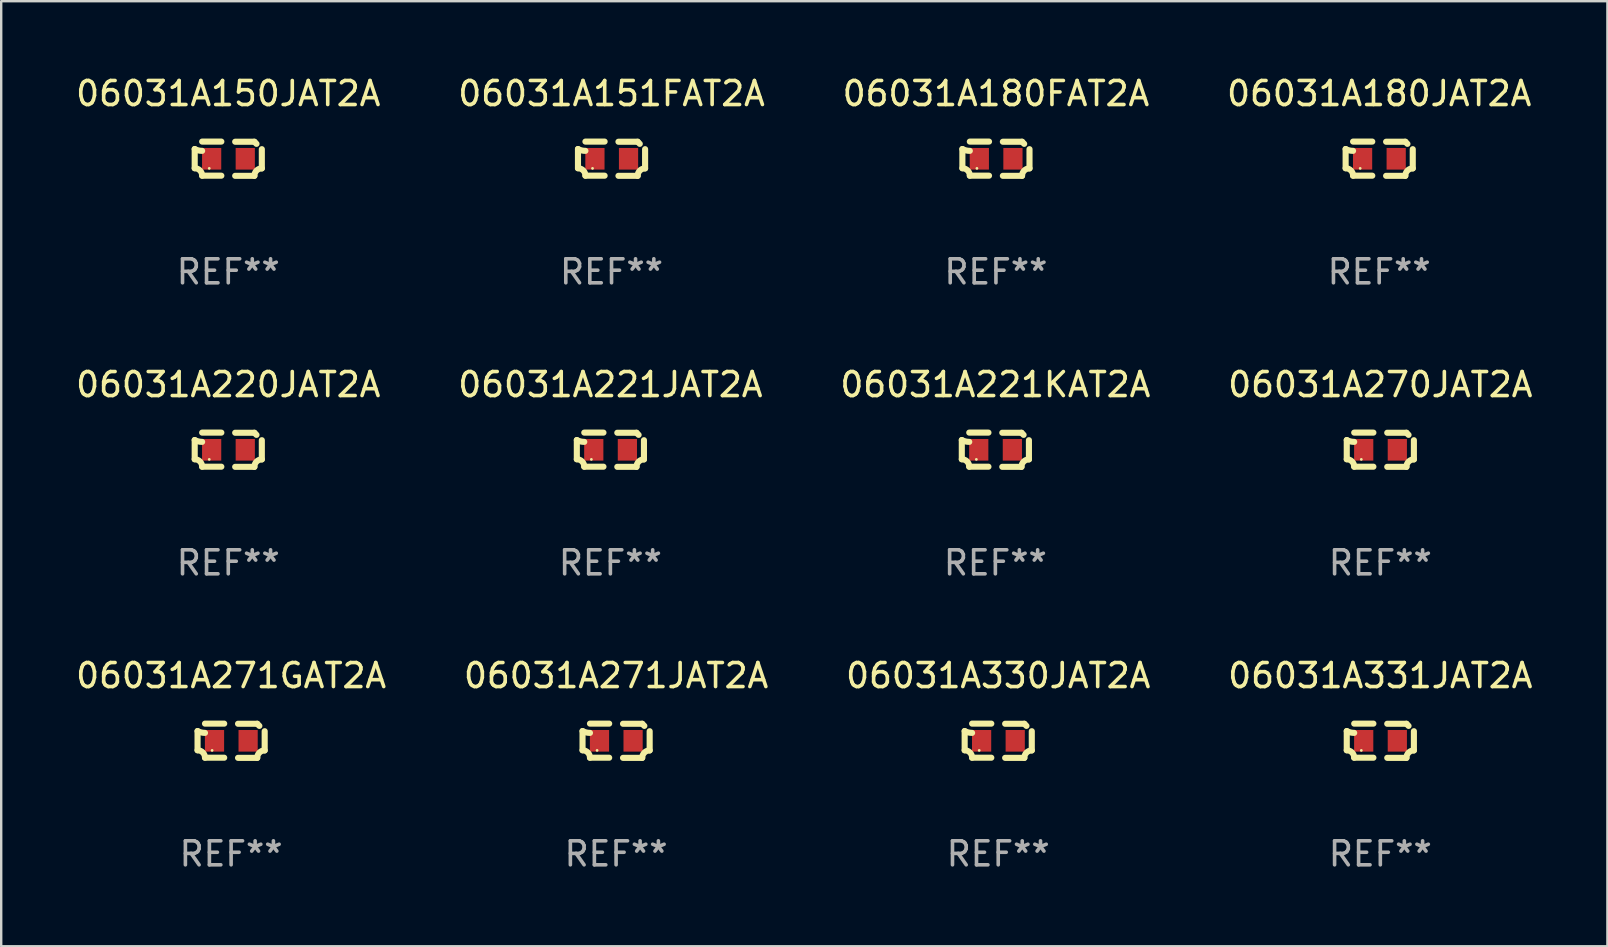
<source format=kicad_pcb>
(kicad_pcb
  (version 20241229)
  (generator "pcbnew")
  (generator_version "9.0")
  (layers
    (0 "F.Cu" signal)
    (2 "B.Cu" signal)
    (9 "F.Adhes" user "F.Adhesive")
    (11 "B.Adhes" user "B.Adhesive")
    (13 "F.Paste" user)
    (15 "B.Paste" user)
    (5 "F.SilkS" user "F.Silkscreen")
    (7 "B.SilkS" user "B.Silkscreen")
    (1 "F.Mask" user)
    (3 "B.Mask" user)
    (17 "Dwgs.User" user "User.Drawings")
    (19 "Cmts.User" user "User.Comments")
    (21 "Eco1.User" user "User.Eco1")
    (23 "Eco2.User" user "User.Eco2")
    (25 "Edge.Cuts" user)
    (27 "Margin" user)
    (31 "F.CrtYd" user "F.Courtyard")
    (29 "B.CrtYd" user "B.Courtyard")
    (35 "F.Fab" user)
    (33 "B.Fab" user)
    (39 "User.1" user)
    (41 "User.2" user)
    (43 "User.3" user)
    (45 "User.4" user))
  (footprint "06031A331JAT2A"
    (layer "F.Cu")
    (at 54.446 27.805)
    (property "Reference" "06031A331JAT2A" (at 0 -2.713 0) (layer "F.SilkS") (effects (font (size 1 1) (thickness 0.15))))
    (attr through_hole)
    (fp_line (start -1.398 -0.403) (end -1.398 0.397) (stroke (width 0.254) (type solid)) (layer "F.SilkS"))
    (fp_line (start -0.288 -0.713) (end -1.088 -0.713) (stroke (width 0.254) (type solid)) (layer "F.SilkS"))
    (fp_line (start -0.288 0.707) (end -1.088 0.707) (stroke (width 0.254) (type solid)) (layer "F.SilkS"))
    (fp_line (start 0.288 -0.707) (end 1.088 -0.707) (stroke (width 0.254) (type solid)) (layer "F.SilkS"))
    (fp_line (start 0.288 0.713) (end 1.088 0.713) (stroke (width 0.254) (type solid)) (layer "F.SilkS"))
    (fp_line (start 1.398 -0.397) (end 1.398 0.403) (stroke (width 0.254) (type solid)) (layer "F.SilkS"))
    (fp_arc (start -1.397789 0.397066) (mid -1.178701 0.487826) (end -1.08796 0.706922) (stroke (width 0.254001) (type solid)) (layer "F.SilkS"))
    (fp_arc (start -1.08796 -0.327176) (mid -1.247436 -0.346384) (end -1.39779 -0.402908) (stroke (width 0.254001) (type solid)) (layer "F.SilkS"))
    (fp_arc (start 1.087909 0.712738) (mid 1.178656 0.493655) (end 1.397739 0.402908) (stroke (width 0.254001) (type solid)) (layer "F.SilkS"))
    (fp_arc (start 1.175925 -0.618926) (mid 1.131917 -0.662923) (end 1.08791 -0.706922) (stroke (width 0.254001) (type solid)) (layer "F.SilkS"))
    (fp_circle (center -0.792 0.403) (end -0.762 0.403) (stroke (width 0.06) (type solid)) (fill no) (layer "F.SilkS"))
    (fp_text user "REF**" (at 0 4.713 0) (layer "F.Fab") (effects (font (size 1 1) (thickness 0.15))))
    (pad "1" smd rect (at -0.692 0.003) (size 0.8 0.9) (layers "F.Cu" "F.Mask" "F.Paste"))
    (pad "2" smd rect (at 0.708 0.003) (size 0.8 0.9) (layers "F.Cu" "F.Mask" "F.Paste")))
  (footprint "06031A330JAT2A"
    (layer "F.Cu")
    (at 38.53 27.805)
    (property "Reference" "06031A330JAT2A" (at 0 -2.713 0) (layer "F.SilkS") (effects (font (size 1 1) (thickness 0.15))))
    (attr through_hole)
    (fp_line (start -1.398 -0.403) (end -1.398 0.397) (stroke (width 0.254) (type solid)) (layer "F.SilkS"))
    (fp_line (start -0.288 -0.713) (end -1.088 -0.713) (stroke (width 0.254) (type solid)) (layer "F.SilkS"))
    (fp_line (start -0.288 0.707) (end -1.088 0.707) (stroke (width 0.254) (type solid)) (layer "F.SilkS"))
    (fp_line (start 0.288 -0.707) (end 1.088 -0.707) (stroke (width 0.254) (type solid)) (layer "F.SilkS"))
    (fp_line (start 0.288 0.713) (end 1.088 0.713) (stroke (width 0.254) (type solid)) (layer "F.SilkS"))
    (fp_line (start 1.398 -0.397) (end 1.398 0.403) (stroke (width 0.254) (type solid)) (layer "F.SilkS"))
    (fp_arc (start -1.397789 0.397066) (mid -1.178701 0.487826) (end -1.08796 0.706922) (stroke (width 0.254001) (type solid)) (layer "F.SilkS"))
    (fp_arc (start -1.08796 -0.327176) (mid -1.247436 -0.346384) (end -1.39779 -0.402908) (stroke (width 0.254001) (type solid)) (layer "F.SilkS"))
    (fp_arc (start 1.087909 0.712738) (mid 1.178656 0.493655) (end 1.397739 0.402908) (stroke (width 0.254001) (type solid)) (layer "F.SilkS"))
    (fp_arc (start 1.175925 -0.618926) (mid 1.131917 -0.662923) (end 1.08791 -0.706922) (stroke (width 0.254001) (type solid)) (layer "F.SilkS"))
    (fp_circle (center -0.792 0.403) (end -0.762 0.403) (stroke (width 0.06) (type solid)) (fill no) (layer "F.SilkS"))
    (fp_text user "REF**" (at 0 4.713 0) (layer "F.Fab") (effects (font (size 1 1) (thickness 0.15))))
    (pad "1" smd rect (at -0.692 0.003) (size 0.8 0.9) (layers "F.Cu" "F.Mask" "F.Paste"))
    (pad "2" smd rect (at 0.708 0.003) (size 0.8 0.9) (layers "F.Cu" "F.Mask" "F.Paste")))
  (footprint "06031A180FAT2A"
    (layer "F.Cu")
    (at 38.435 3.561)
    (property "Reference" "06031A180FAT2A" (at 0 -2.713 0) (layer "F.SilkS") (effects (font (size 1 1) (thickness 0.15))))
    (attr through_hole)
    (fp_line (start -1.398 -0.403) (end -1.398 0.397) (stroke (width 0.254) (type solid)) (layer "F.SilkS"))
    (fp_line (start -0.288 -0.713) (end -1.088 -0.713) (stroke (width 0.254) (type solid)) (layer "F.SilkS"))
    (fp_line (start -0.288 0.707) (end -1.088 0.707) (stroke (width 0.254) (type solid)) (layer "F.SilkS"))
    (fp_line (start 0.288 -0.707) (end 1.088 -0.707) (stroke (width 0.254) (type solid)) (layer "F.SilkS"))
    (fp_line (start 0.288 0.713) (end 1.088 0.713) (stroke (width 0.254) (type solid)) (layer "F.SilkS"))
    (fp_line (start 1.398 -0.397) (end 1.398 0.403) (stroke (width 0.254) (type solid)) (layer "F.SilkS"))
    (fp_arc (start -1.397789 0.397066) (mid -1.178701 0.487826) (end -1.08796 0.706922) (stroke (width 0.254001) (type solid)) (layer "F.SilkS"))
    (fp_arc (start -1.08796 -0.327176) (mid -1.247436 -0.346384) (end -1.39779 -0.402908) (stroke (width 0.254001) (type solid)) (layer "F.SilkS"))
    (fp_arc (start 1.087909 0.712738) (mid 1.178656 0.493655) (end 1.397739 0.402908) (stroke (width 0.254001) (type solid)) (layer "F.SilkS"))
    (fp_arc (start 1.175925 -0.618926) (mid 1.131917 -0.662923) (end 1.08791 -0.706922) (stroke (width 0.254001) (type solid)) (layer "F.SilkS"))
    (fp_circle (center -0.792 0.403) (end -0.762 0.403) (stroke (width 0.06) (type solid)) (fill no) (layer "F.SilkS"))
    (fp_text user "REF**" (at 0 4.713 0) (layer "F.Fab") (effects (font (size 1 1) (thickness 0.15))))
    (pad "1" smd rect (at -0.692 0.003) (size 0.8 0.9) (layers "F.Cu" "F.Mask" "F.Paste"))
    (pad "2" smd rect (at 0.708 0.003) (size 0.8 0.9) (layers "F.Cu" "F.Mask" "F.Paste")))
  (footprint "06031A151FAT2A"
    (layer "F.Cu")
    (at 22.423 3.561)
    (property "Reference" "06031A151FAT2A" (at 0 -2.713 0) (layer "F.SilkS") (effects (font (size 1 1) (thickness 0.15))))
    (attr through_hole)
    (fp_line (start -1.398 -0.403) (end -1.398 0.397) (stroke (width 0.254) (type solid)) (layer "F.SilkS"))
    (fp_line (start -0.288 -0.713) (end -1.088 -0.713) (stroke (width 0.254) (type solid)) (layer "F.SilkS"))
    (fp_line (start -0.288 0.707) (end -1.088 0.707) (stroke (width 0.254) (type solid)) (layer "F.SilkS"))
    (fp_line (start 0.288 -0.707) (end 1.088 -0.707) (stroke (width 0.254) (type solid)) (layer "F.SilkS"))
    (fp_line (start 0.288 0.713) (end 1.088 0.713) (stroke (width 0.254) (type solid)) (layer "F.SilkS"))
    (fp_line (start 1.398 -0.397) (end 1.398 0.403) (stroke (width 0.254) (type solid)) (layer "F.SilkS"))
    (fp_arc (start -1.397789 0.397066) (mid -1.178701 0.487826) (end -1.08796 0.706922) (stroke (width 0.254001) (type solid)) (layer "F.SilkS"))
    (fp_arc (start -1.08796 -0.327176) (mid -1.247436 -0.346384) (end -1.39779 -0.402908) (stroke (width 0.254001) (type solid)) (layer "F.SilkS"))
    (fp_arc (start 1.087909 0.712738) (mid 1.178656 0.493655) (end 1.397739 0.402908) (stroke (width 0.254001) (type solid)) (layer "F.SilkS"))
    (fp_arc (start 1.175925 -0.618926) (mid 1.131917 -0.662923) (end 1.08791 -0.706922) (stroke (width 0.254001) (type solid)) (layer "F.SilkS"))
    (fp_circle (center -0.792 0.403) (end -0.762 0.403) (stroke (width 0.06) (type solid)) (fill no) (layer "F.SilkS"))
    (fp_text user "REF**" (at 0 4.713 0) (layer "F.Fab") (effects (font (size 1 1) (thickness 0.15))))
    (pad "1" smd rect (at -0.692 0.003) (size 0.8 0.9) (layers "F.Cu" "F.Mask" "F.Paste"))
    (pad "2" smd rect (at 0.708 0.003) (size 0.8 0.9) (layers "F.Cu" "F.Mask" "F.Paste")))
  (footprint "06031A271GAT2A"
    (layer "F.Cu")
    (at 6.577 27.805)
    (property "Reference" "06031A271GAT2A" (at 0 -2.713 0) (layer "F.SilkS") (effects (font (size 1 1) (thickness 0.15))))
    (attr through_hole)
    (fp_line (start -1.398 -0.403) (end -1.398 0.397) (stroke (width 0.254) (type solid)) (layer "F.SilkS"))
    (fp_line (start -0.288 -0.713) (end -1.088 -0.713) (stroke (width 0.254) (type solid)) (layer "F.SilkS"))
    (fp_line (start -0.288 0.707) (end -1.088 0.707) (stroke (width 0.254) (type solid)) (layer "F.SilkS"))
    (fp_line (start 0.288 -0.707) (end 1.088 -0.707) (stroke (width 0.254) (type solid)) (layer "F.SilkS"))
    (fp_line (start 0.288 0.713) (end 1.088 0.713) (stroke (width 0.254) (type solid)) (layer "F.SilkS"))
    (fp_line (start 1.398 -0.397) (end 1.398 0.403) (stroke (width 0.254) (type solid)) (layer "F.SilkS"))
    (fp_arc (start -1.397789 0.397066) (mid -1.178701 0.487826) (end -1.08796 0.706922) (stroke (width 0.254001) (type solid)) (layer "F.SilkS"))
    (fp_arc (start -1.08796 -0.327176) (mid -1.247436 -0.346384) (end -1.39779 -0.402908) (stroke (width 0.254001) (type solid)) (layer "F.SilkS"))
    (fp_arc (start 1.087909 0.712738) (mid 1.178656 0.493655) (end 1.397739 0.402908) (stroke (width 0.254001) (type solid)) (layer "F.SilkS"))
    (fp_arc (start 1.175925 -0.618926) (mid 1.131917 -0.662923) (end 1.08791 -0.706922) (stroke (width 0.254001) (type solid)) (layer "F.SilkS"))
    (fp_circle (center -0.792 0.403) (end -0.762 0.403) (stroke (width 0.06) (type solid)) (fill no) (layer "F.SilkS"))
    (fp_text user "REF**" (at 0 4.713 0) (layer "F.Fab") (effects (font (size 1 1) (thickness 0.15))))
    (pad "1" smd rect (at -0.692 0.003) (size 0.8 0.9) (layers "F.Cu" "F.Mask" "F.Paste"))
    (pad "2" smd rect (at 0.708 0.003) (size 0.8 0.9) (layers "F.Cu" "F.Mask" "F.Paste")))
  (footprint "06031A270JAT2A"
    (layer "F.Cu")
    (at 54.446 15.683)
    (property "Reference" "06031A270JAT2A" (at 0 -2.713 0) (layer "F.SilkS") (effects (font (size 1 1) (thickness 0.15))))
    (attr through_hole)
    (fp_line (start -1.398 -0.403) (end -1.398 0.397) (stroke (width 0.254) (type solid)) (layer "F.SilkS"))
    (fp_line (start -0.288 -0.713) (end -1.088 -0.713) (stroke (width 0.254) (type solid)) (layer "F.SilkS"))
    (fp_line (start -0.288 0.707) (end -1.088 0.707) (stroke (width 0.254) (type solid)) (layer "F.SilkS"))
    (fp_line (start 0.288 -0.707) (end 1.088 -0.707) (stroke (width 0.254) (type solid)) (layer "F.SilkS"))
    (fp_line (start 0.288 0.713) (end 1.088 0.713) (stroke (width 0.254) (type solid)) (layer "F.SilkS"))
    (fp_line (start 1.398 -0.397) (end 1.398 0.403) (stroke (width 0.254) (type solid)) (layer "F.SilkS"))
    (fp_arc (start -1.397789 0.397066) (mid -1.178701 0.487826) (end -1.08796 0.706922) (stroke (width 0.254001) (type solid)) (layer "F.SilkS"))
    (fp_arc (start -1.08796 -0.327176) (mid -1.247436 -0.346384) (end -1.39779 -0.402908) (stroke (width 0.254001) (type solid)) (layer "F.SilkS"))
    (fp_arc (start 1.087909 0.712738) (mid 1.178656 0.493655) (end 1.397739 0.402908) (stroke (width 0.254001) (type solid)) (layer "F.SilkS"))
    (fp_arc (start 1.175925 -0.618926) (mid 1.131917 -0.662923) (end 1.08791 -0.706922) (stroke (width 0.254001) (type solid)) (layer "F.SilkS"))
    (fp_circle (center -0.792 0.403) (end -0.762 0.403) (stroke (width 0.06) (type solid)) (fill no) (layer "F.SilkS"))
    (fp_text user "REF**" (at 0 4.713 0) (layer "F.Fab") (effects (font (size 1 1) (thickness 0.15))))
    (pad "1" smd rect (at -0.692 0.003) (size 0.8 0.9) (layers "F.Cu" "F.Mask" "F.Paste"))
    (pad "2" smd rect (at 0.708 0.003) (size 0.8 0.9) (layers "F.Cu" "F.Mask" "F.Paste")))
  (footprint "06031A221KAT2A"
    (layer "F.Cu")
    (at 38.411 15.683)
    (property "Reference" "06031A221KAT2A" (at 0 -2.713 0) (layer "F.SilkS") (effects (font (size 1 1) (thickness 0.15))))
    (attr through_hole)
    (fp_line (start -1.398 -0.403) (end -1.398 0.397) (stroke (width 0.254) (type solid)) (layer "F.SilkS"))
    (fp_line (start -0.288 -0.713) (end -1.088 -0.713) (stroke (width 0.254) (type solid)) (layer "F.SilkS"))
    (fp_line (start -0.288 0.707) (end -1.088 0.707) (stroke (width 0.254) (type solid)) (layer "F.SilkS"))
    (fp_line (start 0.288 -0.707) (end 1.088 -0.707) (stroke (width 0.254) (type solid)) (layer "F.SilkS"))
    (fp_line (start 0.288 0.713) (end 1.088 0.713) (stroke (width 0.254) (type solid)) (layer "F.SilkS"))
    (fp_line (start 1.398 -0.397) (end 1.398 0.403) (stroke (width 0.254) (type solid)) (layer "F.SilkS"))
    (fp_arc (start -1.397789 0.397066) (mid -1.178701 0.487826) (end -1.08796 0.706922) (stroke (width 0.254001) (type solid)) (layer "F.SilkS"))
    (fp_arc (start -1.08796 -0.327176) (mid -1.247436 -0.346384) (end -1.39779 -0.402908) (stroke (width 0.254001) (type solid)) (layer "F.SilkS"))
    (fp_arc (start 1.087909 0.712738) (mid 1.178656 0.493655) (end 1.397739 0.402908) (stroke (width 0.254001) (type solid)) (layer "F.SilkS"))
    (fp_arc (start 1.175925 -0.618926) (mid 1.131917 -0.662923) (end 1.08791 -0.706922) (stroke (width 0.254001) (type solid)) (layer "F.SilkS"))
    (fp_circle (center -0.792 0.403) (end -0.762 0.403) (stroke (width 0.06) (type solid)) (fill no) (layer "F.SilkS"))
    (fp_text user "REF**" (at 0 4.713 0) (layer "F.Fab") (effects (font (size 1 1) (thickness 0.15))))
    (pad "1" smd rect (at -0.692 0.003) (size 0.8 0.9) (layers "F.Cu" "F.Mask" "F.Paste"))
    (pad "2" smd rect (at 0.708 0.003) (size 0.8 0.9) (layers "F.Cu" "F.Mask" "F.Paste")))
  (footprint "06031A150JAT2A"
    (layer "F.Cu")
    (at 6.458 3.561)
    (property "Reference" "06031A150JAT2A" (at 0 -2.713 0) (layer "F.SilkS") (effects (font (size 1 1) (thickness 0.15))))
    (attr through_hole)
    (fp_line (start -1.398 -0.403) (end -1.398 0.397) (stroke (width 0.254) (type solid)) (layer "F.SilkS"))
    (fp_line (start -0.288 -0.713) (end -1.088 -0.713) (stroke (width 0.254) (type solid)) (layer "F.SilkS"))
    (fp_line (start -0.288 0.707) (end -1.088 0.707) (stroke (width 0.254) (type solid)) (layer "F.SilkS"))
    (fp_line (start 0.288 -0.707) (end 1.088 -0.707) (stroke (width 0.254) (type solid)) (layer "F.SilkS"))
    (fp_line (start 0.288 0.713) (end 1.088 0.713) (stroke (width 0.254) (type solid)) (layer "F.SilkS"))
    (fp_line (start 1.398 -0.397) (end 1.398 0.403) (stroke (width 0.254) (type solid)) (layer "F.SilkS"))
    (fp_arc (start -1.397789 0.397066) (mid -1.178701 0.487826) (end -1.08796 0.706922) (stroke (width 0.254001) (type solid)) (layer "F.SilkS"))
    (fp_arc (start -1.08796 -0.327176) (mid -1.247436 -0.346384) (end -1.39779 -0.402908) (stroke (width 0.254001) (type solid)) (layer "F.SilkS"))
    (fp_arc (start 1.087909 0.712738) (mid 1.178656 0.493655) (end 1.397739 0.402908) (stroke (width 0.254001) (type solid)) (layer "F.SilkS"))
    (fp_arc (start 1.175925 -0.618926) (mid 1.131917 -0.662923) (end 1.08791 -0.706922) (stroke (width 0.254001) (type solid)) (layer "F.SilkS"))
    (fp_circle (center -0.792 0.403) (end -0.762 0.403) (stroke (width 0.06) (type solid)) (fill no) (layer "F.SilkS"))
    (fp_text user "REF**" (at 0 4.713 0) (layer "F.Fab") (effects (font (size 1 1) (thickness 0.15))))
    (pad "1" smd rect (at -0.692 0.003) (size 0.8 0.9) (layers "F.Cu" "F.Mask" "F.Paste"))
    (pad "2" smd rect (at 0.708 0.003) (size 0.8 0.9) (layers "F.Cu" "F.Mask" "F.Paste")))
  (footprint "06031A271JAT2A"
    (layer "F.Cu")
    (at 22.613 27.805)
    (property "Reference" "06031A271JAT2A" (at 0 -2.713 0) (layer "F.SilkS") (effects (font (size 1 1) (thickness 0.15))))
    (attr through_hole)
    (fp_line (start -1.398 -0.403) (end -1.398 0.397) (stroke (width 0.254) (type solid)) (layer "F.SilkS"))
    (fp_line (start -0.288 -0.713) (end -1.088 -0.713) (stroke (width 0.254) (type solid)) (layer "F.SilkS"))
    (fp_line (start -0.288 0.707) (end -1.088 0.707) (stroke (width 0.254) (type solid)) (layer "F.SilkS"))
    (fp_line (start 0.288 -0.707) (end 1.088 -0.707) (stroke (width 0.254) (type solid)) (layer "F.SilkS"))
    (fp_line (start 0.288 0.713) (end 1.088 0.713) (stroke (width 0.254) (type solid)) (layer "F.SilkS"))
    (fp_line (start 1.398 -0.397) (end 1.398 0.403) (stroke (width 0.254) (type solid)) (layer "F.SilkS"))
    (fp_arc (start -1.397789 0.397066) (mid -1.178701 0.487826) (end -1.08796 0.706922) (stroke (width 0.254001) (type solid)) (layer "F.SilkS"))
    (fp_arc (start -1.08796 -0.327176) (mid -1.247436 -0.346384) (end -1.39779 -0.402908) (stroke (width 0.254001) (type solid)) (layer "F.SilkS"))
    (fp_arc (start 1.087909 0.712738) (mid 1.178656 0.493655) (end 1.397739 0.402908) (stroke (width 0.254001) (type solid)) (layer "F.SilkS"))
    (fp_arc (start 1.175925 -0.618926) (mid 1.131917 -0.662923) (end 1.08791 -0.706922) (stroke (width 0.254001) (type solid)) (layer "F.SilkS"))
    (fp_circle (center -0.792 0.403) (end -0.762 0.403) (stroke (width 0.06) (type solid)) (fill no) (layer "F.SilkS"))
    (fp_text user "REF**" (at 0 4.713 0) (layer "F.Fab") (effects (font (size 1 1) (thickness 0.15))))
    (pad "1" smd rect (at -0.692 0.003) (size 0.8 0.9) (layers "F.Cu" "F.Mask" "F.Paste"))
    (pad "2" smd rect (at 0.708 0.003) (size 0.8 0.9) (layers "F.Cu" "F.Mask" "F.Paste")))
  (footprint "06031A220JAT2A"
    (layer "F.Cu")
    (at 6.458 15.683)
    (property "Reference" "06031A220JAT2A" (at 0 -2.713 0) (layer "F.SilkS") (effects (font (size 1 1) (thickness 0.15))))
    (attr through_hole)
    (fp_line (start -1.398 -0.403) (end -1.398 0.397) (stroke (width 0.254) (type solid)) (layer "F.SilkS"))
    (fp_line (start -0.288 -0.713) (end -1.088 -0.713) (stroke (width 0.254) (type solid)) (layer "F.SilkS"))
    (fp_line (start -0.288 0.707) (end -1.088 0.707) (stroke (width 0.254) (type solid)) (layer "F.SilkS"))
    (fp_line (start 0.288 -0.707) (end 1.088 -0.707) (stroke (width 0.254) (type solid)) (layer "F.SilkS"))
    (fp_line (start 0.288 0.713) (end 1.088 0.713) (stroke (width 0.254) (type solid)) (layer "F.SilkS"))
    (fp_line (start 1.398 -0.397) (end 1.398 0.403) (stroke (width 0.254) (type solid)) (layer "F.SilkS"))
    (fp_arc (start -1.397789 0.397066) (mid -1.178701 0.487826) (end -1.08796 0.706922) (stroke (width 0.254001) (type solid)) (layer "F.SilkS"))
    (fp_arc (start -1.08796 -0.327176) (mid -1.247436 -0.346384) (end -1.39779 -0.402908) (stroke (width 0.254001) (type solid)) (layer "F.SilkS"))
    (fp_arc (start 1.087909 0.712738) (mid 1.178656 0.493655) (end 1.397739 0.402908) (stroke (width 0.254001) (type solid)) (layer "F.SilkS"))
    (fp_arc (start 1.175925 -0.618926) (mid 1.131917 -0.662923) (end 1.08791 -0.706922) (stroke (width 0.254001) (type solid)) (layer "F.SilkS"))
    (fp_circle (center -0.792 0.403) (end -0.762 0.403) (stroke (width 0.06) (type solid)) (fill no) (layer "F.SilkS"))
    (fp_text user "REF**" (at 0 4.713 0) (layer "F.Fab") (effects (font (size 1 1) (thickness 0.15))))
    (pad "1" smd rect (at -0.692 0.003) (size 0.8 0.9) (layers "F.Cu" "F.Mask" "F.Paste"))
    (pad "2" smd rect (at 0.708 0.003) (size 0.8 0.9) (layers "F.Cu" "F.Mask" "F.Paste")))
  (footprint "06031A221JAT2A"
    (layer "F.Cu")
    (at 22.375 15.683)
    (property "Reference" "06031A221JAT2A" (at 0 -2.713 0) (layer "F.SilkS") (effects (font (size 1 1) (thickness 0.15))))
    (attr through_hole)
    (fp_line (start -1.398 -0.403) (end -1.398 0.397) (stroke (width 0.254) (type solid)) (layer "F.SilkS"))
    (fp_line (start -0.288 -0.713) (end -1.088 -0.713) (stroke (width 0.254) (type solid)) (layer "F.SilkS"))
    (fp_line (start -0.288 0.707) (end -1.088 0.707) (stroke (width 0.254) (type solid)) (layer "F.SilkS"))
    (fp_line (start 0.288 -0.707) (end 1.088 -0.707) (stroke (width 0.254) (type solid)) (layer "F.SilkS"))
    (fp_line (start 0.288 0.713) (end 1.088 0.713) (stroke (width 0.254) (type solid)) (layer "F.SilkS"))
    (fp_line (start 1.398 -0.397) (end 1.398 0.403) (stroke (width 0.254) (type solid)) (layer "F.SilkS"))
    (fp_arc (start -1.397789 0.397066) (mid -1.178701 0.487826) (end -1.08796 0.706922) (stroke (width 0.254001) (type solid)) (layer "F.SilkS"))
    (fp_arc (start -1.08796 -0.327176) (mid -1.247436 -0.346384) (end -1.39779 -0.402908) (stroke (width 0.254001) (type solid)) (layer "F.SilkS"))
    (fp_arc (start 1.087909 0.712738) (mid 1.178656 0.493655) (end 1.397739 0.402908) (stroke (width 0.254001) (type solid)) (layer "F.SilkS"))
    (fp_arc (start 1.175925 -0.618926) (mid 1.131917 -0.662923) (end 1.08791 -0.706922) (stroke (width 0.254001) (type solid)) (layer "F.SilkS"))
    (fp_circle (center -0.792 0.403) (end -0.762 0.403) (stroke (width 0.06) (type solid)) (fill no) (layer "F.SilkS"))
    (fp_text user "REF**" (at 0 4.713 0) (layer "F.Fab") (effects (font (size 1 1) (thickness 0.15))))
    (pad "1" smd rect (at -0.692 0.003) (size 0.8 0.9) (layers "F.Cu" "F.Mask" "F.Paste"))
    (pad "2" smd rect (at 0.708 0.003) (size 0.8 0.9) (layers "F.Cu" "F.Mask" "F.Paste")))
  (footprint "06031A180JAT2A"
    (layer "F.Cu")
    (at 54.399 3.561)
    (property "Reference" "06031A180JAT2A" (at 0 -2.713 0) (layer "F.SilkS") (effects (font (size 1 1) (thickness 0.15))))
    (attr through_hole)
    (fp_line (start -1.398 -0.403) (end -1.398 0.397) (stroke (width 0.254) (type solid)) (layer "F.SilkS"))
    (fp_line (start -0.288 -0.713) (end -1.088 -0.713) (stroke (width 0.254) (type solid)) (layer "F.SilkS"))
    (fp_line (start -0.288 0.707) (end -1.088 0.707) (stroke (width 0.254) (type solid)) (layer "F.SilkS"))
    (fp_line (start 0.288 -0.707) (end 1.088 -0.707) (stroke (width 0.254) (type solid)) (layer "F.SilkS"))
    (fp_line (start 0.288 0.713) (end 1.088 0.713) (stroke (width 0.254) (type solid)) (layer "F.SilkS"))
    (fp_line (start 1.398 -0.397) (end 1.398 0.403) (stroke (width 0.254) (type solid)) (layer "F.SilkS"))
    (fp_arc (start -1.397789 0.397066) (mid -1.178701 0.487826) (end -1.08796 0.706922) (stroke (width 0.254001) (type solid)) (layer "F.SilkS"))
    (fp_arc (start -1.08796 -0.327176) (mid -1.247436 -0.346384) (end -1.39779 -0.402908) (stroke (width 0.254001) (type solid)) (layer "F.SilkS"))
    (fp_arc (start 1.087909 0.712738) (mid 1.178656 0.493655) (end 1.397739 0.402908) (stroke (width 0.254001) (type solid)) (layer "F.SilkS"))
    (fp_arc (start 1.175925 -0.618926) (mid 1.131917 -0.662923) (end 1.08791 -0.706922) (stroke (width 0.254001) (type solid)) (layer "F.SilkS"))
    (fp_circle (center -0.792 0.403) (end -0.762 0.403) (stroke (width 0.06) (type solid)) (fill no) (layer "F.SilkS"))
    (fp_text user "REF**" (at 0 4.713 0) (layer "F.Fab") (effects (font (size 1 1) (thickness 0.15))))
    (pad "1" smd rect (at -0.692 0.003) (size 0.8 0.9) (layers "F.Cu" "F.Mask" "F.Paste"))
    (pad "2" smd rect (at 0.708 0.003) (size 0.8 0.9) (layers "F.Cu" "F.Mask" "F.Paste")))
  (gr_rect
    (start -3 -3)
    (end 63.905 36.366)
    (stroke (width 0.1) (type default))
    (fill no)
    (layer "Edge.Cuts")))
</source>
